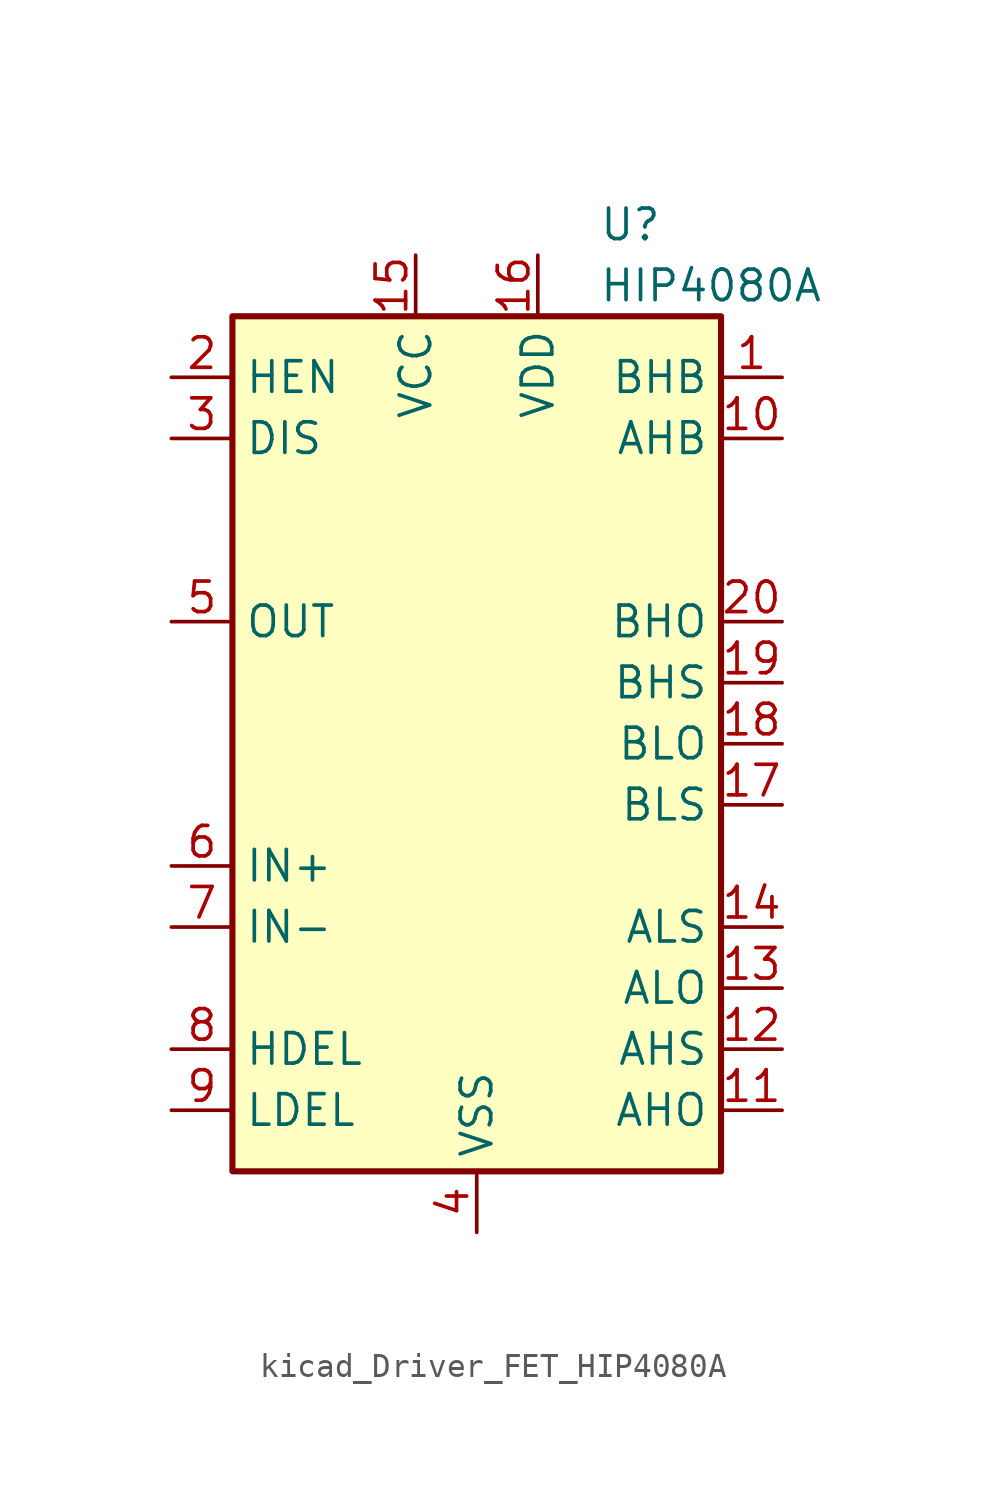
<source format=kicad_sym>
(kicad_symbol_lib
  (version 20220914)
  (generator kicad_symbol_editor)
  (symbol "kicad_Driver_FET_HIP4080A"
    (property "Reference" "U"
      (at 5.08 21.59 0)
      (effects (font (size 1.27 1.27)) (justify left)))
    (property "Value" "HIP4080A"
      (at 5.08 19.05 0)
      (effects (font (size 1.27 1.27)) (justify left)))
    (symbol "kicad_Driver_FET_HIP4080A_0_1"
      (rectangle (start -10.16 -17.78) (end 10.16 17.78) (stroke (width 0.254) (type default)) (fill (type background))))
    (symbol "kicad_Driver_FET_HIP4080A_1_1"
      (pin input line (at 12.7 15.24 180) (length 2.54) (name "BHB" (effects (font (size 1.27 1.27)))) (number "1" (effects (font (size 1.27 1.27)))))
      (pin input line (at 12.7 12.7 180) (length 2.54) (name "AHB" (effects (font (size 1.27 1.27)))) (number "10" (effects (font (size 1.27 1.27)))))
      (pin output line (at 12.7 -15.24 180) (length 2.54) (name "AHO" (effects (font (size 1.27 1.27)))) (number "11" (effects (font (size 1.27 1.27)))))
      (pin passive line (at 12.7 -12.7 180) (length 2.54) (name "AHS" (effects (font (size 1.27 1.27)))) (number "12" (effects (font (size 1.27 1.27)))))
      (pin output line (at 12.7 -10.16 180) (length 2.54) (name "ALO" (effects (font (size 1.27 1.27)))) (number "13" (effects (font (size 1.27 1.27)))))
      (pin passive line (at 12.7 -7.62 180) (length 2.54) (name "ALS" (effects (font (size 1.27 1.27)))) (number "14" (effects (font (size 1.27 1.27)))))
      (pin power_in line (at -2.54 20.32 270) (length 2.54) (name "VCC" (effects (font (size 1.27 1.27)))) (number "15" (effects (font (size 1.27 1.27)))))
      (pin power_in line (at 2.54 20.32 270) (length 2.54) (name "VDD" (effects (font (size 1.27 1.27)))) (number "16" (effects (font (size 1.27 1.27)))))
      (pin passive line (at 12.7 -2.54 180) (length 2.54) (name "BLS" (effects (font (size 1.27 1.27)))) (number "17" (effects (font (size 1.27 1.27)))))
      (pin output line (at 12.7 0 180) (length 2.54) (name "BLO" (effects (font (size 1.27 1.27)))) (number "18" (effects (font (size 1.27 1.27)))))
      (pin passive line (at 12.7 2.54 180) (length 2.54) (name "BHS" (effects (font (size 1.27 1.27)))) (number "19" (effects (font (size 1.27 1.27)))))
      (pin output line (at -12.7 15.24 0) (length 2.54) (name "HEN" (effects (font (size 1.27 1.27)))) (number "2" (effects (font (size 1.27 1.27)))))
      (pin output line (at 12.7 5.08 180) (length 2.54) (name "BHO" (effects (font (size 1.27 1.27)))) (number "20" (effects (font (size 1.27 1.27)))))
      (pin output line (at -12.7 12.7 0) (length 2.54) (name "DIS" (effects (font (size 1.27 1.27)))) (number "3" (effects (font (size 1.27 1.27)))))
      (pin power_in line (at 0 -20.32 90) (length 2.54) (name "VSS" (effects (font (size 1.27 1.27)))) (number "4" (effects (font (size 1.27 1.27)))))
      (pin output line (at -12.7 5.08 0) (length 2.54) (name "OUT" (effects (font (size 1.27 1.27)))) (number "5" (effects (font (size 1.27 1.27)))))
      (pin input line (at -12.7 -5.08 0) (length 2.54) (name "IN+" (effects (font (size 1.27 1.27)))) (number "6" (effects (font (size 1.27 1.27)))))
      (pin input line (at -12.7 -7.62 0) (length 2.54) (name "IN-" (effects (font (size 1.27 1.27)))) (number "7" (effects (font (size 1.27 1.27)))))
      (pin passive line (at -12.7 -12.7 0) (length 2.54) (name "HDEL" (effects (font (size 1.27 1.27)))) (number "8" (effects (font (size 1.27 1.27)))))
      (pin passive line (at -12.7 -15.24 0) (length 2.54) (name "LDEL" (effects (font (size 1.27 1.27)))) (number "9" (effects (font (size 1.27 1.27))))))))
</source>
